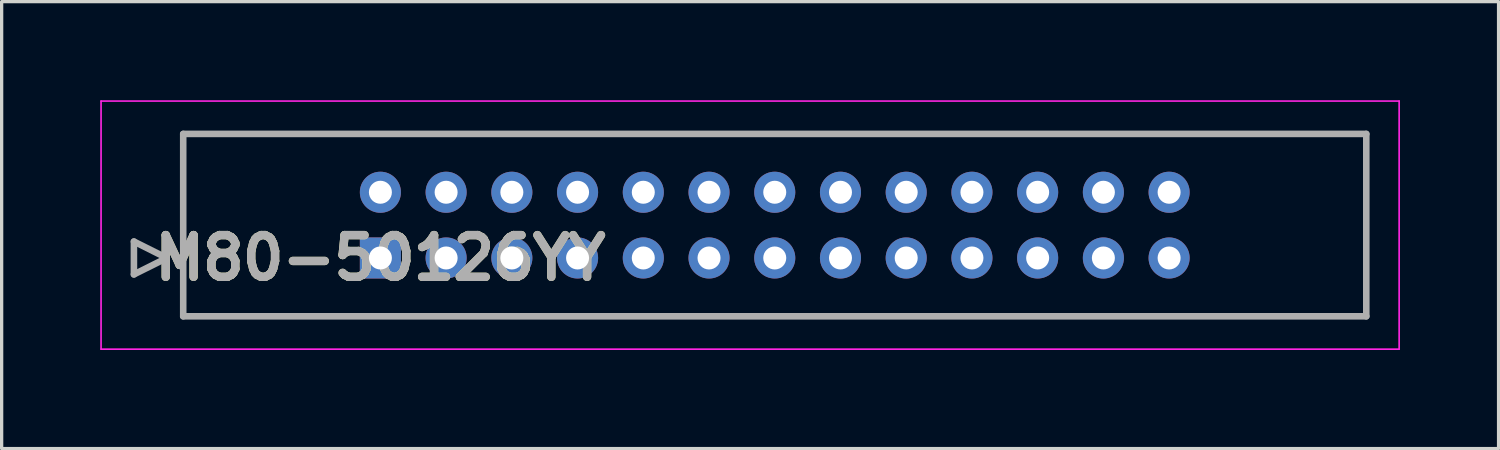
<source format=kicad_pcb>
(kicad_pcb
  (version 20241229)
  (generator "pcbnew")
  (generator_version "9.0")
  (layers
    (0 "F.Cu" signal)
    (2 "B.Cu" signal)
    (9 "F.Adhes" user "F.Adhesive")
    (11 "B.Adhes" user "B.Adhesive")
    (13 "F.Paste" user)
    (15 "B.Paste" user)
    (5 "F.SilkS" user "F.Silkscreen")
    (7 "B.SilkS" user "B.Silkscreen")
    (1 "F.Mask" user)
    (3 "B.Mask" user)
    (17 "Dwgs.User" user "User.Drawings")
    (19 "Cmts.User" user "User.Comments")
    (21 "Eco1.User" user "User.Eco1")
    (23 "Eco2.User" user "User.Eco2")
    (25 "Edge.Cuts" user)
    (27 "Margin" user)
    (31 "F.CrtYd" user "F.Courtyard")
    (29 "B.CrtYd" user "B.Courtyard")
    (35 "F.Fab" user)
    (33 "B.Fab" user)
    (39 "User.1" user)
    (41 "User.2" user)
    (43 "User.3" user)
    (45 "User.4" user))
  (footprint "M80-50126YY"
    (layer "F.Cu")
    (at 8.525 4.8)
    (property "Reference" "M80-50126YY" (at 0 0 0) (layer "F.SilkS") (effects (font (size 1.27 1.27) (thickness 0.254))))
    (attr through_hole)
    (fp_line (start -7.5 -0.5) (end -6.5 0) (stroke (width 0.1) (type solid)) (layer "F.SilkS"))
    (fp_line (start -7.5 0.5) (end -7.5 -0.5) (stroke (width 0.1) (type solid)) (layer "F.SilkS"))
    (fp_line (start -6.5 0) (end -7.5 0.5) (stroke (width 0.1) (type solid)) (layer "F.SilkS"))
    (fp_line (start -6 -3.775) (end 30 -3.775) (stroke (width 0.1) (type solid)) (layer "F.SilkS"))
    (fp_line (start -6 1.775) (end -6 -3.775) (stroke (width 0.1) (type solid)) (layer "F.SilkS"))
    (fp_line (start 30 -3.775) (end 30 1.775) (stroke (width 0.1) (type solid)) (layer "F.SilkS"))
    (fp_line (start 30 1.775) (end -6 1.775) (stroke (width 0.1) (type solid)) (layer "F.SilkS"))
    (fp_line (start -8.5 -4.775) (end 31 -4.775) (stroke (width 0.05) (type solid)) (layer "F.CrtYd"))
    (fp_line (start -8.5 2.775) (end -8.5 -4.775) (stroke (width 0.05) (type solid)) (layer "F.CrtYd"))
    (fp_line (start 31 -4.775) (end 31 2.775) (stroke (width 0.05) (type solid)) (layer "F.CrtYd"))
    (fp_line (start 31 2.775) (end -8.5 2.775) (stroke (width 0.05) (type solid)) (layer "F.CrtYd"))
    (fp_line (start -7.5 -0.5) (end -6.5 0) (stroke (width 0.2) (type solid)) (layer "F.Fab"))
    (fp_line (start -7.5 0.5) (end -7.5 -0.5) (stroke (width 0.2) (type solid)) (layer "F.Fab"))
    (fp_line (start -6.5 0) (end -7.5 0.5) (stroke (width 0.2) (type solid)) (layer "F.Fab"))
    (fp_line (start -6 -3.775) (end 30 -3.775) (stroke (width 0.2) (type solid)) (layer "F.Fab"))
    (fp_line (start -6 1.775) (end -6 -3.775) (stroke (width 0.2) (type solid)) (layer "F.Fab"))
    (fp_line (start 30 -3.775) (end 30 1.775) (stroke (width 0.2) (type solid)) (layer "F.Fab"))
    (fp_line (start 30 1.775) (end -6 1.775) (stroke (width 0.2) (type solid)) (layer "F.Fab"))
    (fp_text user "${REFERENCE}" (at 0 0 0) (layer "F.Fab") (effects (font (size 1.27 1.27) (thickness 0.254))))
    (pad "1" thru_hole rect (at 0 0) (size 1.25 1.25) (drill 0.7) (layers "*.Cu" "*.Mask"))
    (pad "2" thru_hole circle (at 2 0) (size 1.25 1.25) (drill 0.7) (layers "*.Cu" "*.Mask"))
    (pad "3" thru_hole circle (at 4 0) (size 1.25 1.25) (drill 0.7) (layers "*.Cu" "*.Mask"))
    (pad "4" thru_hole circle (at 6 0) (size 1.25 1.25) (drill 0.7) (layers "*.Cu" "*.Mask"))
    (pad "5" thru_hole circle (at 8 0) (size 1.25 1.25) (drill 0.7) (layers "*.Cu" "*.Mask"))
    (pad "6" thru_hole circle (at 10 0) (size 1.25 1.25) (drill 0.7) (layers "*.Cu" "*.Mask"))
    (pad "7" thru_hole circle (at 12 0) (size 1.25 1.25) (drill 0.7) (layers "*.Cu" "*.Mask"))
    (pad "8" thru_hole circle (at 14 0) (size 1.25 1.25) (drill 0.7) (layers "*.Cu" "*.Mask"))
    (pad "9" thru_hole circle (at 16 0) (size 1.25 1.25) (drill 0.7) (layers "*.Cu" "*.Mask"))
    (pad "10" thru_hole circle (at 18 0) (size 1.25 1.25) (drill 0.7) (layers "*.Cu" "*.Mask"))
    (pad "11" thru_hole circle (at 20 0) (size 1.25 1.25) (drill 0.7) (layers "*.Cu" "*.Mask"))
    (pad "12" thru_hole circle (at 22 0) (size 1.25 1.25) (drill 0.7) (layers "*.Cu" "*.Mask"))
    (pad "13" thru_hole circle (at 24 0) (size 1.25 1.25) (drill 0.7) (layers "*.Cu" "*.Mask"))
    (pad "14" thru_hole circle (at 0 -2) (size 1.25 1.25) (drill 0.7) (layers "*.Cu" "*.Mask"))
    (pad "15" thru_hole circle (at 2 -2) (size 1.25 1.25) (drill 0.7) (layers "*.Cu" "*.Mask"))
    (pad "16" thru_hole circle (at 4 -2) (size 1.25 1.25) (drill 0.7) (layers "*.Cu" "*.Mask"))
    (pad "17" thru_hole circle (at 6 -2) (size 1.25 1.25) (drill 0.7) (layers "*.Cu" "*.Mask"))
    (pad "18" thru_hole circle (at 8 -2) (size 1.25 1.25) (drill 0.7) (layers "*.Cu" "*.Mask"))
    (pad "19" thru_hole circle (at 10 -2) (size 1.25 1.25) (drill 0.7) (layers "*.Cu" "*.Mask"))
    (pad "20" thru_hole circle (at 12 -2) (size 1.25 1.25) (drill 0.7) (layers "*.Cu" "*.Mask"))
    (pad "21" thru_hole circle (at 14 -2) (size 1.25 1.25) (drill 0.7) (layers "*.Cu" "*.Mask"))
    (pad "22" thru_hole circle (at 16 -2) (size 1.25 1.25) (drill 0.7) (layers "*.Cu" "*.Mask"))
    (pad "23" thru_hole circle (at 18 -2) (size 1.25 1.25) (drill 0.7) (layers "*.Cu" "*.Mask"))
    (pad "24" thru_hole circle (at 20 -2) (size 1.25 1.25) (drill 0.7) (layers "*.Cu" "*.Mask"))
    (pad "25" thru_hole circle (at 22 -2) (size 1.25 1.25) (drill 0.7) (layers "*.Cu" "*.Mask"))
    (pad "26" thru_hole circle (at 24 -2) (size 1.25 1.25) (drill 0.7) (layers "*.Cu" "*.Mask")))
  (gr_rect
    (start -3 -3)
    (end 42.55 10.6)
    (stroke (width 0.1) (type default))
    (fill no)
    (layer "Edge.Cuts")))
</source>
